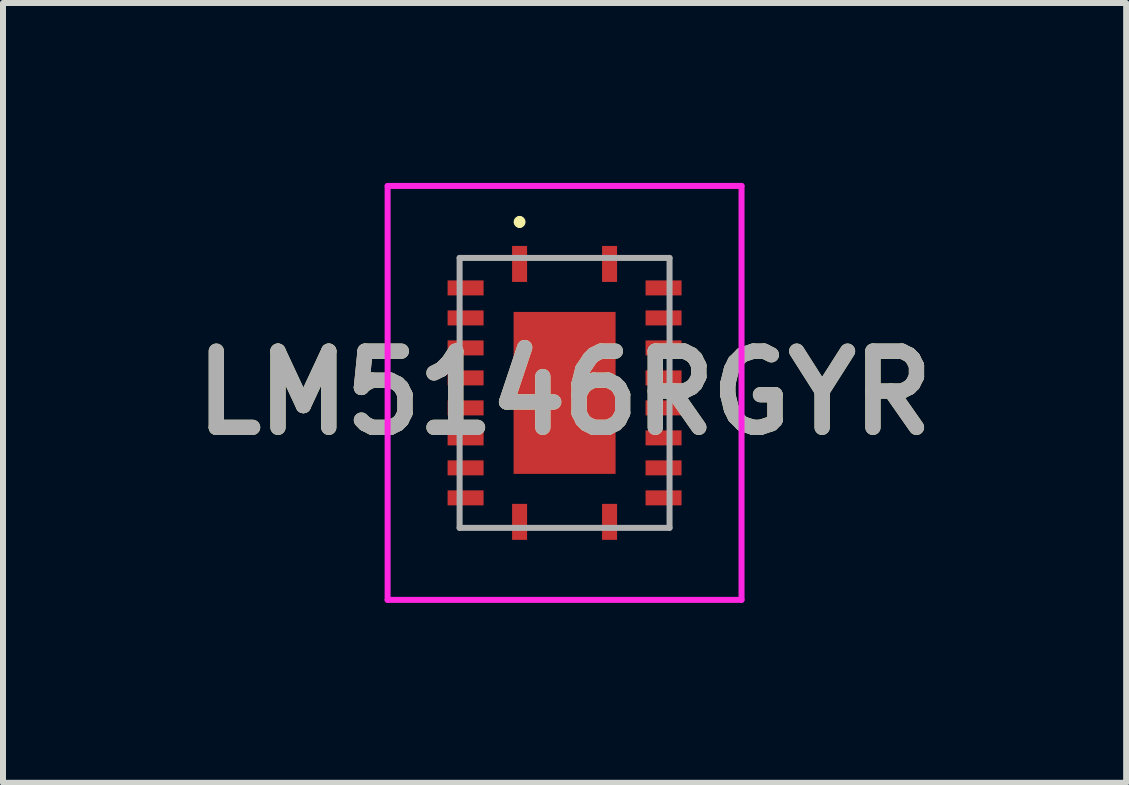
<source format=kicad_pcb>
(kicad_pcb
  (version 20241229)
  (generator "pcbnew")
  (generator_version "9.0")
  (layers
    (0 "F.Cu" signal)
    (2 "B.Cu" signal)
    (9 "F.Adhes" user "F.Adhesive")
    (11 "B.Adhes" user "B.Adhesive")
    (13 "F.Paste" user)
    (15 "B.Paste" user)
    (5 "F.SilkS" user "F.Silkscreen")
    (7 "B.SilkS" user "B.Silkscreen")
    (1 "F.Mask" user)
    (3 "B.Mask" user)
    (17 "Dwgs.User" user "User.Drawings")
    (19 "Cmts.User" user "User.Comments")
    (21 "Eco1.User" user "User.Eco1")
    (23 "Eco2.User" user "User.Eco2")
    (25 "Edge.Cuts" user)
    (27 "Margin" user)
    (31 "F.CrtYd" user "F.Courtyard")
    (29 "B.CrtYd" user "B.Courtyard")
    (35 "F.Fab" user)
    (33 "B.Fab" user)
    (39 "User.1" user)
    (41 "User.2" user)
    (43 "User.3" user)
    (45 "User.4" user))
  (footprint "LM5146RGYR"
    (layer "F.Cu")
    (at 6.362 3.5)
    (property "Reference" "LM5146RGYR" (at 0 0 0) (layer "F.SilkS") (effects (font (size 1.27 1.27) (thickness 0.254))))
    (attr smd)
    (fp_line (start -0.75 -2.9) (end -0.75 -2.9) (stroke (width 0.1) (type solid)) (layer "F.SilkS"))
    (fp_line (start -0.75 -2.8) (end -0.75 -2.8) (stroke (width 0.1) (type solid)) (layer "F.SilkS"))
    (fp_arc (start -0.75 -2.9) (mid -0.7 -2.85) (end -0.75 -2.8) (stroke (width 0.1) (type solid)) (layer "F.SilkS"))
    (fp_arc (start -0.75 -2.8) (mid -0.8 -2.85) (end -0.75 -2.9) (stroke (width 0.1) (type solid)) (layer "F.SilkS"))
    (fp_line (start -2.95 -3.45) (end 2.95 -3.45) (stroke (width 0.1) (type solid)) (layer "F.CrtYd"))
    (fp_line (start -2.95 3.45) (end -2.95 -3.45) (stroke (width 0.1) (type solid)) (layer "F.CrtYd"))
    (fp_line (start 2.95 -3.45) (end 2.95 3.45) (stroke (width 0.1) (type solid)) (layer "F.CrtYd"))
    (fp_line (start 2.95 3.45) (end -2.95 3.45) (stroke (width 0.1) (type solid)) (layer "F.CrtYd"))
    (fp_line (start -1.75 -2.25) (end 1.75 -2.25) (stroke (width 0.1) (type solid)) (layer "F.Fab"))
    (fp_line (start -1.75 2.25) (end -1.75 -2.25) (stroke (width 0.1) (type solid)) (layer "F.Fab"))
    (fp_line (start 1.75 -2.25) (end 1.75 2.25) (stroke (width 0.1) (type solid)) (layer "F.Fab"))
    (fp_line (start 1.75 2.25) (end -1.75 2.25) (stroke (width 0.1) (type solid)) (layer "F.Fab"))
    (fp_text user "${REFERENCE}" (at 0 0 0) (layer "F.Fab") (effects (font (size 1.27 1.27) (thickness 0.254))))
    (pad "1" smd rect (at -0.75 -2.15) (size 0.25 0.6) (layers "F.Cu" "F.Mask" "F.Paste"))
    (pad "2" smd rect (at -1.65 -1.75 90) (size 0.25 0.6) (layers "F.Cu" "F.Mask" "F.Paste"))
    (pad "3" smd rect (at -1.65 -1.25 90) (size 0.25 0.6) (layers "F.Cu" "F.Mask" "F.Paste"))
    (pad "4" smd rect (at -1.65 -0.75 90) (size 0.25 0.6) (layers "F.Cu" "F.Mask" "F.Paste"))
    (pad "5" smd rect (at -1.65 -0.25 90) (size 0.25 0.6) (layers "F.Cu" "F.Mask" "F.Paste"))
    (pad "6" smd rect (at -1.65 0.25 90) (size 0.25 0.6) (layers "F.Cu" "F.Mask" "F.Paste"))
    (pad "7" smd rect (at -1.65 0.75 90) (size 0.25 0.6) (layers "F.Cu" "F.Mask" "F.Paste"))
    (pad "8" smd rect (at -1.65 1.25 90) (size 0.25 0.6) (layers "F.Cu" "F.Mask" "F.Paste"))
    (pad "9" smd rect (at -1.65 1.75 90) (size 0.25 0.6) (layers "F.Cu" "F.Mask" "F.Paste"))
    (pad "10" smd rect (at -0.75 2.15) (size 0.25 0.6) (layers "F.Cu" "F.Mask" "F.Paste"))
    (pad "11" smd rect (at 0.75 2.15) (size 0.25 0.6) (layers "F.Cu" "F.Mask" "F.Paste"))
    (pad "12" smd rect (at 1.65 1.75 90) (size 0.25 0.6) (layers "F.Cu" "F.Mask" "F.Paste"))
    (pad "13" smd rect (at 1.65 1.25 90) (size 0.25 0.6) (layers "F.Cu" "F.Mask" "F.Paste"))
    (pad "14" smd rect (at 1.65 0.75 90) (size 0.25 0.6) (layers "F.Cu" "F.Mask" "F.Paste"))
    (pad "15" smd rect (at 1.65 0.25 90) (size 0.25 0.6) (layers "F.Cu" "F.Mask" "F.Paste"))
    (pad "16" smd rect (at 1.65 -0.25 90) (size 0.25 0.6) (layers "F.Cu" "F.Mask" "F.Paste"))
    (pad "17" smd rect (at 1.65 -0.75 90) (size 0.25 0.6) (layers "F.Cu" "F.Mask" "F.Paste"))
    (pad "18" smd rect (at 1.65 -1.25 90) (size 0.25 0.6) (layers "F.Cu" "F.Mask" "F.Paste"))
    (pad "19" smd rect (at 1.65 -1.75 90) (size 0.25 0.6) (layers "F.Cu" "F.Mask" "F.Paste"))
    (pad "20" smd rect (at 0.75 -2.15) (size 0.25 0.6) (layers "F.Cu" "F.Mask" "F.Paste"))
    (pad "21" smd rect (at 0 0) (size 1.7 2.7) (layers "F.Cu" "F.Mask" "F.Paste")))
  (gr_rect
    (start -3 -3)
    (end 15.724 10)
    (stroke (width 0.1) (type default))
    (fill no)
    (layer "Edge.Cuts")))
</source>
